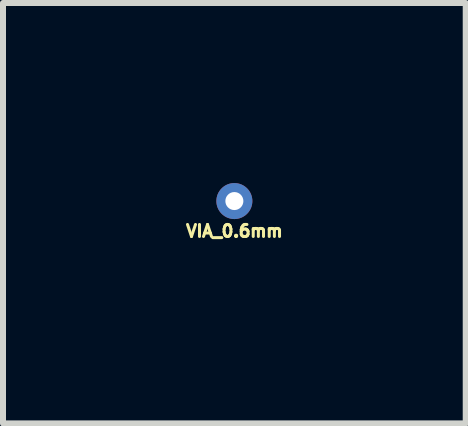
<source format=kicad_pcb>
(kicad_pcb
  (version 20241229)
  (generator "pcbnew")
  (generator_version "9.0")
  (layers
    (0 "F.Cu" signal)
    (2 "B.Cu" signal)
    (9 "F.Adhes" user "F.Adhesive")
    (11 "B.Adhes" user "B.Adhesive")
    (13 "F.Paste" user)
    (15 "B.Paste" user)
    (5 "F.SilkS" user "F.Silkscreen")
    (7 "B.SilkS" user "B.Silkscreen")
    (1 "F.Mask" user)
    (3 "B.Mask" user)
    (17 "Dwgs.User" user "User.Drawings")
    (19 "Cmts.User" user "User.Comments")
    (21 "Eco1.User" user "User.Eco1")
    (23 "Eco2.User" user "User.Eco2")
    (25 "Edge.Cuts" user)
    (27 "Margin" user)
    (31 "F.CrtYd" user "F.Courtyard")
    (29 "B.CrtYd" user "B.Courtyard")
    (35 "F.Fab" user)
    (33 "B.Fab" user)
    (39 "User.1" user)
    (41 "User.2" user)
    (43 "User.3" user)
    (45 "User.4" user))
  (footprint "VIA_0.6mm"
    (layer "F.Cu")
    (at 0.855 0.3)
    (property "Reference" "VIA_0.6mm" (at 0 0.5 0) (layer "F.SilkS") (effects (font (size 0.2 0.2) (thickness 0.05))))
    (attr through_hole)
    (pad "1" thru_hole circle (at 0 0) (size 0.6 0.6) (drill 0.3) (layers "*.Cu")))
  (gr_rect
    (start -3 -3)
    (end 4.71 4.005)
    (stroke (width 0.1) (type default))
    (fill no)
    (layer "Edge.Cuts")))
</source>
